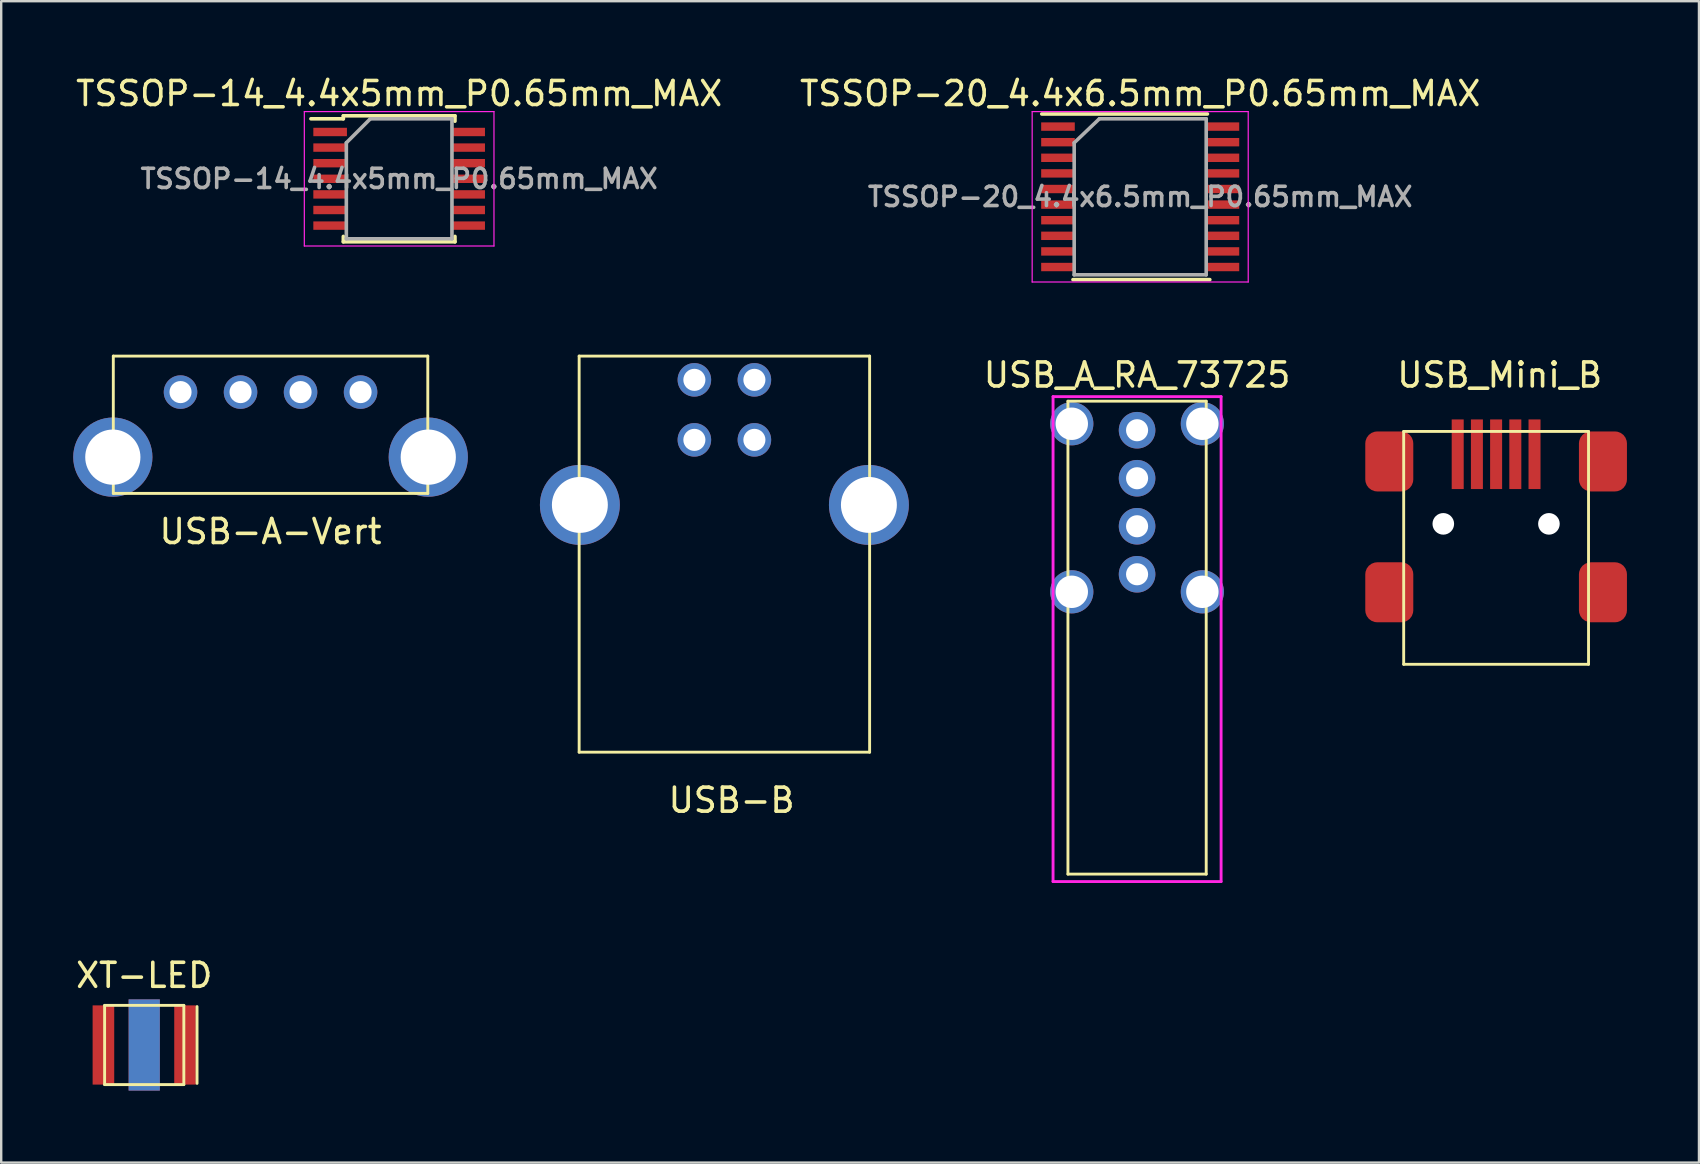
<source format=kicad_pcb>
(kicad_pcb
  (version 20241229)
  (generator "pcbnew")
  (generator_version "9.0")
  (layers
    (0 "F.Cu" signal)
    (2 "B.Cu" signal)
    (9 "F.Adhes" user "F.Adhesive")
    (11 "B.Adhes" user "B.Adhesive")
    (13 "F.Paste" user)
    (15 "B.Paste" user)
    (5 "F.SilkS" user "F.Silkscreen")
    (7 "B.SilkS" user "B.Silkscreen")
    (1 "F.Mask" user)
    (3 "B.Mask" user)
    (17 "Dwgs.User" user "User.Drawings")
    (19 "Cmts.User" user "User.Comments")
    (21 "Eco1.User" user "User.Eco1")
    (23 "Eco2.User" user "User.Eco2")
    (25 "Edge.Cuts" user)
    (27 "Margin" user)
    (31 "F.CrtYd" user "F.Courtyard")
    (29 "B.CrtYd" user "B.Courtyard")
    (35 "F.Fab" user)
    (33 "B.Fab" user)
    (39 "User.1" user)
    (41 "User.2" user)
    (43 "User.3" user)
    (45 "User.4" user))
  (footprint "USB-B"
    (layer "F.Cu")
    (at 27.125 17.983)
    (property "Reference" "USB-B" (at 0.3 12.3 0) (layer "F.SilkS") (effects (font (size 1 1) (thickness 0.15))))
    (attr through_hole)
    (fp_line (start -6.05 -6.2) (end 6.05 -6.2) (stroke (width 0.12) (type solid)) (layer "F.SilkS"))
    (fp_line (start -6.05 10.3) (end -6.05 -6.2) (stroke (width 0.12) (type solid)) (layer "F.SilkS"))
    (fp_line (start -6.05 10.3) (end 6.05 10.3) (stroke (width 0.12) (type solid)) (layer "F.SilkS"))
    (fp_line (start 6.05 10.3) (end 6.05 -6.2) (stroke (width 0.12) (type solid)) (layer "F.SilkS"))
    (pad "1" thru_hole circle (at 1.25 -5.21) (size 1.397 1.397) (drill 0.92) (layers "*.Cu" "*.Mask"))
    (pad "2" thru_hole circle (at -1.25 -5.21) (size 1.397 1.397) (drill 0.92) (layers "*.Cu" "*.Mask"))
    (pad "3" thru_hole circle (at -1.25 -2.71) (size 1.397 1.397) (drill 0.92) (layers "*.Cu" "*.Mask"))
    (pad "4" thru_hole circle (at 1.25 -2.71) (size 1.397 1.397) (drill 0.92) (layers "*.Cu" "*.Mask"))
    (pad "5" thru_hole circle (at -6.02 0) (size 3.33 3.33) (drill 2.33) (layers "*.Cu" "*.Mask"))
    (pad "5" thru_hole circle (at 6.02 0) (size 3.33 3.33) (drill 2.33) (layers "*.Cu" "*.Mask")))
  (footprint "TSSOP-14_4.4x5mm_P0.65mm_MAX"
    (layer "F.Cu")
    (at 13.577 4.398)
    (property "Reference" "TSSOP-14_4.4x5mm_P0.65mm_MAX" (at 0 -3.55 0) (layer "F.SilkS") (effects (font (size 1 1) (thickness 0.15))))
    (attr smd)
    (fp_line (start -2.325 -2.625) (end -2.325 -2.5) (stroke (width 0.15) (type solid)) (layer "F.SilkS"))
    (fp_line (start -2.325 -2.625) (end 2.325 -2.625) (stroke (width 0.15) (type solid)) (layer "F.SilkS"))
    (fp_line (start -2.325 -2.5) (end -3.675 -2.5) (stroke (width 0.15) (type solid)) (layer "F.SilkS"))
    (fp_line (start -2.325 2.625) (end -2.325 2.4) (stroke (width 0.15) (type solid)) (layer "F.SilkS"))
    (fp_line (start -2.325 2.625) (end 2.325 2.625) (stroke (width 0.15) (type solid)) (layer "F.SilkS"))
    (fp_line (start 2.325 -2.625) (end 2.325 -2.4) (stroke (width 0.15) (type solid)) (layer "F.SilkS"))
    (fp_line (start 2.325 2.625) (end 2.325 2.4) (stroke (width 0.15) (type solid)) (layer "F.SilkS"))
    (fp_line (start -3.95 -2.8) (end -3.95 2.8) (stroke (width 0.05) (type solid)) (layer "F.CrtYd"))
    (fp_line (start -3.95 -2.8) (end 3.95 -2.8) (stroke (width 0.05) (type solid)) (layer "F.CrtYd"))
    (fp_line (start -3.95 2.8) (end 3.95 2.8) (stroke (width 0.05) (type solid)) (layer "F.CrtYd"))
    (fp_line (start 3.95 -2.8) (end 3.95 2.8) (stroke (width 0.05) (type solid)) (layer "F.CrtYd"))
    (fp_line (start -2.2 -1.5) (end -1.2 -2.5) (stroke (width 0.15) (type solid)) (layer "F.Fab"))
    (fp_line (start -2.2 2.5) (end -2.2 -1.5) (stroke (width 0.15) (type solid)) (layer "F.Fab"))
    (fp_line (start -1.2 -2.5) (end 2.2 -2.5) (stroke (width 0.15) (type solid)) (layer "F.Fab"))
    (fp_line (start 2.2 -2.5) (end 2.2 2.5) (stroke (width 0.15) (type solid)) (layer "F.Fab"))
    (fp_line (start 2.2 2.5) (end -2.2 2.5) (stroke (width 0.15) (type solid)) (layer "F.Fab"))
    (fp_text user "${REFERENCE}" (at 0 0 0) (layer "F.Fab") (effects (font (size 0.8 0.8) (thickness 0.15))))
    (pad "1" smd rect (at -2.875 -1.95) (size 1.4 0.35) (layers "F.Cu" "F.Mask" "F.Paste"))
    (pad "2" smd rect (at -2.875 -1.3) (size 1.4 0.35) (layers "F.Cu" "F.Mask" "F.Paste"))
    (pad "3" smd rect (at -2.875 -0.65) (size 1.4 0.35) (layers "F.Cu" "F.Mask" "F.Paste"))
    (pad "4" smd rect (at -2.875 0) (size 1.4 0.35) (layers "F.Cu" "F.Mask" "F.Paste"))
    (pad "5" smd rect (at -2.875 0.65) (size 1.4 0.35) (layers "F.Cu" "F.Mask" "F.Paste"))
    (pad "6" smd rect (at -2.875 1.3) (size 1.4 0.35) (layers "F.Cu" "F.Mask" "F.Paste"))
    (pad "7" smd rect (at -2.875 1.95) (size 1.4 0.35) (layers "F.Cu" "F.Mask" "F.Paste"))
    (pad "8" smd rect (at 2.875 1.95) (size 1.4 0.35) (layers "F.Cu" "F.Mask" "F.Paste"))
    (pad "9" smd rect (at 2.875 1.3) (size 1.4 0.35) (layers "F.Cu" "F.Mask" "F.Paste"))
    (pad "10" smd rect (at 2.875 0.65) (size 1.4 0.35) (layers "F.Cu" "F.Mask" "F.Paste"))
    (pad "11" smd rect (at 2.875 0) (size 1.4 0.35) (layers "F.Cu" "F.Mask" "F.Paste"))
    (pad "12" smd rect (at 2.875 -0.65) (size 1.4 0.35) (layers "F.Cu" "F.Mask" "F.Paste"))
    (pad "13" smd rect (at 2.875 -1.3) (size 1.4 0.35) (layers "F.Cu" "F.Mask" "F.Paste"))
    (pad "14" smd rect (at 2.875 -1.95) (size 1.4 0.35) (layers "F.Cu" "F.Mask" "F.Paste")))
  (footprint "USB-A-Vert"
    (layer "F.Cu")
    (at 8.22 15.993)
    (property "Reference" "USB-A-Vert" (at 0 3.1 0) (layer "F.SilkS") (effects (font (size 1 1) (thickness 0.15))))
    (attr through_hole)
    (fp_line (start -6.55 -4.21) (end -6.55 1.51) (stroke (width 0.12) (type solid)) (layer "F.SilkS"))
    (fp_line (start -6.55 -4.21) (end 6.55 -4.21) (stroke (width 0.12) (type solid)) (layer "F.SilkS"))
    (fp_line (start -6.55 1.51) (end 6.55 1.51) (stroke (width 0.12) (type solid)) (layer "F.SilkS"))
    (fp_line (start 6.55 -4.21) (end 6.55 1.51) (stroke (width 0.12) (type solid)) (layer "F.SilkS"))
    (pad "1" thru_hole circle (at -3.75 -2.71) (size 1.397 1.397) (drill 0.92) (layers "*.Cu" "*.Mask"))
    (pad "2" thru_hole circle (at -1.25 -2.71) (size 1.397 1.397) (drill 0.92) (layers "*.Cu" "*.Mask"))
    (pad "3" thru_hole circle (at 1.25 -2.71) (size 1.397 1.397) (drill 0.92) (layers "*.Cu" "*.Mask"))
    (pad "4" thru_hole circle (at 3.75 -2.71) (size 1.397 1.397) (drill 0.92) (layers "*.Cu" "*.Mask"))
    (pad "5" thru_hole circle (at -6.57 0) (size 3.3 3.3) (drill 2.3) (layers "*.Cu" "*.Mask"))
    (pad "5" thru_hole circle (at 6.57 0) (size 3.3 3.3) (drill 2.3) (layers "*.Cu" "*.Mask")))
  (footprint "XT-LED"
    (layer "F.Cu")
    (at 2.958 40.48)
    (property "Reference" "XT-LED" (at 0 -2.9 0) (layer "F.SilkS") (effects (font (size 1 1) (thickness 0.15))))
    (attr through_hole)
    (fp_line (start -1.65 -1.65) (end 1.65 -1.65) (stroke (width 0.12) (type solid)) (layer "F.SilkS"))
    (fp_line (start -1.65 1.65) (end -1.65 -1.65) (stroke (width 0.12) (type solid)) (layer "F.SilkS"))
    (fp_line (start 1.65 -1.65) (end 1.65 1.65) (stroke (width 0.12) (type solid)) (layer "F.SilkS"))
    (fp_line (start 1.65 1.65) (end -1.65 1.65) (stroke (width 0.12) (type solid)) (layer "F.SilkS"))
    (fp_line (start 2.2 -1.6) (end 2.2 1.6) (stroke (width 0.12) (type solid)) (layer "F.SilkS"))
    (pad "" smd rect (at 0 0) (size 1.3 3.8) (layers "F.Cu" "F.Mask" "F.Paste"))
    (pad "" smd rect (at 0 0) (size 1.3 3.8) (layers "F.Mask" "B.Cu" "F.Paste"))
    (pad "1" smd rect (at 1.7 0) (size 0.9 3.3) (layers "F.Cu" "F.Mask" "F.Paste"))
    (pad "2" smd rect (at -1.7 0) (size 0.9 3.3) (layers "F.Cu" "F.Mask" "F.Paste")))
  (footprint "USB_A_RA_73725"
    (layer "F.Cu")
    (at 44.316 17.872)
    (property "Reference" "USB_A_RA_73725" (at 0 -5.3 0) (layer "F.SilkS") (effects (font (size 1 1) (thickness 0.15))))
    (attr through_hole)
    (fp_line (start -2.88 -4.21) (end -2.88 15.49) (stroke (width 0.12) (type solid)) (layer "F.SilkS"))
    (fp_line (start -2.88 -4.21) (end 2.88 -4.21) (stroke (width 0.12) (type solid)) (layer "F.SilkS"))
    (fp_line (start -2.88 15.49) (end 2.88 15.49) (stroke (width 0.12) (type solid)) (layer "F.SilkS"))
    (fp_line (start 2.88 15.49) (end 2.88 -4.21) (stroke (width 0.12) (type solid)) (layer "F.SilkS"))
    (fp_line (start -3.5 -4.4) (end 3.5 -4.4) (stroke (width 0.12) (type solid)) (layer "F.CrtYd"))
    (fp_line (start -3.5 15.8) (end -3.5 -4.4) (stroke (width 0.12) (type solid)) (layer "F.CrtYd"))
    (fp_line (start 3.5 -4.4) (end 3.5 15.8) (stroke (width 0.12) (type solid)) (layer "F.CrtYd"))
    (fp_line (start 3.5 15.8) (end -3.5 15.8) (stroke (width 0.12) (type solid)) (layer "F.CrtYd"))
    (pad "1" thru_hole circle (at 0 3) (size 1.524 1.524) (drill 0.92) (layers "*.Cu" "*.Mask"))
    (pad "2" thru_hole circle (at 0 1) (size 1.524 1.524) (drill 0.92) (layers "*.Cu" "*.Mask"))
    (pad "3" thru_hole circle (at 0 -1) (size 1.524 1.524) (drill 0.92) (layers "*.Cu" "*.Mask"))
    (pad "4" thru_hole circle (at 0 -3) (size 1.524 1.524) (drill 0.92) (layers "*.Cu" "*.Mask"))
    (pad "5" thru_hole circle (at -2.72 -3.27) (size 1.8 1.8) (drill 1.35) (layers "*.Cu" "*.Mask"))
    (pad "5" thru_hole circle (at -2.72 3.73) (size 1.8 1.8) (drill 1.35) (layers "*.Cu" "*.Mask"))
    (pad "5" thru_hole circle (at 2.72 -3.27) (size 1.8 1.8) (drill 1.35) (layers "*.Cu" "*.Mask"))
    (pad "5" thru_hole circle (at 2.72 3.73) (size 1.8 1.8) (drill 1.35) (layers "*.Cu" "*.Mask")))
  (footprint "TSSOP-20_4.4x6.5mm_P0.65mm_MAX"
    (layer "F.Cu")
    (at 44.446 5.148)
    (property "Reference" "TSSOP-20_4.4x6.5mm_P0.65mm_MAX" (at 0 -4.3 0) (layer "F.SilkS") (effects (font (size 1 1) (thickness 0.15))))
    (attr smd)
    (fp_line (start -4.1 -3.45) (end 2.8 -3.45) (stroke (width 0.15) (type solid)) (layer "F.SilkS"))
    (fp_line (start -2.8 3.45) (end 2.9 3.45) (stroke (width 0.15) (type solid)) (layer "F.SilkS"))
    (fp_line (start -4.5 -3.55) (end -4.5 3.55) (stroke (width 0.05) (type solid)) (layer "F.CrtYd"))
    (fp_line (start -4.5 -3.55) (end 4.5 -3.55) (stroke (width 0.05) (type solid)) (layer "F.CrtYd"))
    (fp_line (start -4.5 3.55) (end 4.5 3.55) (stroke (width 0.05) (type solid)) (layer "F.CrtYd"))
    (fp_line (start 4.5 -3.55) (end 4.5 3.55) (stroke (width 0.05) (type solid)) (layer "F.CrtYd"))
    (fp_line (start -2.75 3.25) (end -2.75 -2.25) (stroke (width 0.15) (type solid)) (layer "F.Fab"))
    (fp_line (start -1.7 -3.25) (end -2.75 -2.25) (stroke (width 0.15) (type solid)) (layer "F.Fab"))
    (fp_line (start -1.7 -3.25) (end 2.75 -3.25) (stroke (width 0.15) (type solid)) (layer "F.Fab"))
    (fp_line (start 2.75 -3.25) (end 2.75 3.25) (stroke (width 0.15) (type solid)) (layer "F.Fab"))
    (fp_line (start 2.75 3.25) (end -2.75 3.25) (stroke (width 0.15) (type solid)) (layer "F.Fab"))
    (fp_text user "${REFERENCE}" (at 0 0 0) (layer "F.Fab") (effects (font (size 0.8 0.8) (thickness 0.15))))
    (pad "1" smd rect (at -3.425 -2.925) (size 1.4 0.35) (layers "F.Cu" "F.Mask" "F.Paste"))
    (pad "2" smd rect (at -3.425 -2.275) (size 1.4 0.35) (layers "F.Cu" "F.Mask" "F.Paste"))
    (pad "3" smd rect (at -3.425 -1.625) (size 1.4 0.35) (layers "F.Cu" "F.Mask" "F.Paste"))
    (pad "4" smd rect (at -3.425 -0.975) (size 1.4 0.35) (layers "F.Cu" "F.Mask" "F.Paste"))
    (pad "5" smd rect (at -3.425 -0.325) (size 1.4 0.35) (layers "F.Cu" "F.Mask" "F.Paste"))
    (pad "6" smd rect (at -3.425 0.325) (size 1.4 0.35) (layers "F.Cu" "F.Mask" "F.Paste"))
    (pad "7" smd rect (at -3.425 0.975) (size 1.4 0.35) (layers "F.Cu" "F.Mask" "F.Paste"))
    (pad "8" smd rect (at -3.425 1.625) (size 1.4 0.35) (layers "F.Cu" "F.Mask" "F.Paste"))
    (pad "9" smd rect (at -3.425 2.275) (size 1.4 0.35) (layers "F.Cu" "F.Mask" "F.Paste"))
    (pad "10" smd rect (at -3.425 2.925) (size 1.4 0.35) (layers "F.Cu" "F.Mask" "F.Paste"))
    (pad "11" smd rect (at 3.425 2.925) (size 1.4 0.35) (layers "F.Cu" "F.Mask" "F.Paste"))
    (pad "12" smd rect (at 3.425 2.275) (size 1.4 0.35) (layers "F.Cu" "F.Mask" "F.Paste"))
    (pad "13" smd rect (at 3.425 1.625) (size 1.4 0.35) (layers "F.Cu" "F.Mask" "F.Paste"))
    (pad "14" smd rect (at 3.425 0.975) (size 1.4 0.35) (layers "F.Cu" "F.Mask" "F.Paste"))
    (pad "15" smd rect (at 3.425 0.325) (size 1.4 0.35) (layers "F.Cu" "F.Mask" "F.Paste"))
    (pad "16" smd rect (at 3.425 -0.325) (size 1.4 0.35) (layers "F.Cu" "F.Mask" "F.Paste"))
    (pad "17" smd rect (at 3.425 -0.975) (size 1.4 0.35) (layers "F.Cu" "F.Mask" "F.Paste"))
    (pad "18" smd rect (at 3.425 -1.625) (size 1.4 0.35) (layers "F.Cu" "F.Mask" "F.Paste"))
    (pad "19" smd rect (at 3.425 -2.275) (size 1.4 0.35) (layers "F.Cu" "F.Mask" "F.Paste"))
    (pad "20" smd rect (at 3.425 -2.925) (size 1.4 0.35) (layers "F.Cu" "F.Mask" "F.Paste")))
  (footprint "USB_Mini_B"
    (layer "F.Cu")
    (at 59.272 24.622)
    (property "Reference" "USB_Mini_B" (at 0.15 -12.05 0) (layer "F.SilkS") (effects (font (size 1 1) (thickness 0.15))))
    (attr through_hole)
    (fp_line (start -3.85 -9.7) (end -3.85 0) (stroke (width 0.12) (type solid)) (layer "F.SilkS"))
    (fp_line (start -3.85 0) (end 3.85 0) (stroke (width 0.12) (type solid)) (layer "F.SilkS"))
    (fp_line (start 3.85 -9.7) (end -3.85 -9.7) (stroke (width 0.12) (type solid)) (layer "F.SilkS"))
    (fp_line (start 3.85 0) (end 3.85 -9.7) (stroke (width 0.12) (type solid)) (layer "F.SilkS"))
    (pad "" np_thru_hole circle (at -2.2 -5.85) (size 0.9 0.9) (drill 0.9) (layers "*.Cu" "*.Mask"))
    (pad "" np_thru_hole circle (at 2.2 -5.85) (size 0.9 0.9) (drill 0.9) (layers "*.Cu" "*.Mask"))
    (pad "1" smd rect (at -1.6 -8.75) (size 0.5 2.9) (layers "F.Cu" "F.Mask" "F.Paste"))
    (pad "2" smd rect (at -0.8 -8.75) (size 0.5 2.9) (layers "F.Cu" "F.Mask" "F.Paste"))
    (pad "3" smd rect (at 0 -8.75) (size 0.5 2.9) (layers "F.Cu" "F.Mask" "F.Paste"))
    (pad "4" smd rect (at 0.8 -8.75) (size 0.5 2.9) (layers "F.Cu" "F.Mask" "F.Paste"))
    (pad "5" smd rect (at 1.6 -8.75) (size 0.5 2.9) (layers "F.Cu" "F.Mask" "F.Paste"))
    (pad "6" smd roundrect (at -4.45 -8.45) (size 2 2.5) (layers "F.Cu" "F.Mask" "F.Paste") (roundrect_rratio 0.25))
    (pad "6" smd roundrect (at -4.45 -3) (size 2 2.5) (layers "F.Cu" "F.Mask" "F.Paste") (roundrect_rratio 0.25))
    (pad "6" smd roundrect (at 4.45 -8.45) (size 2 2.5) (layers "F.Cu" "F.Mask" "F.Paste") (roundrect_rratio 0.25))
    (pad "6" smd roundrect (at 4.45 -3) (size 2 2.5) (layers "F.Cu" "F.Mask" "F.Paste") (roundrect_rratio 0.25)))
  (gr_rect
    (start -3 -3)
    (end 67.722 45.38)
    (stroke (width 0.1) (type default))
    (fill no)
    (layer "Edge.Cuts")))
</source>
